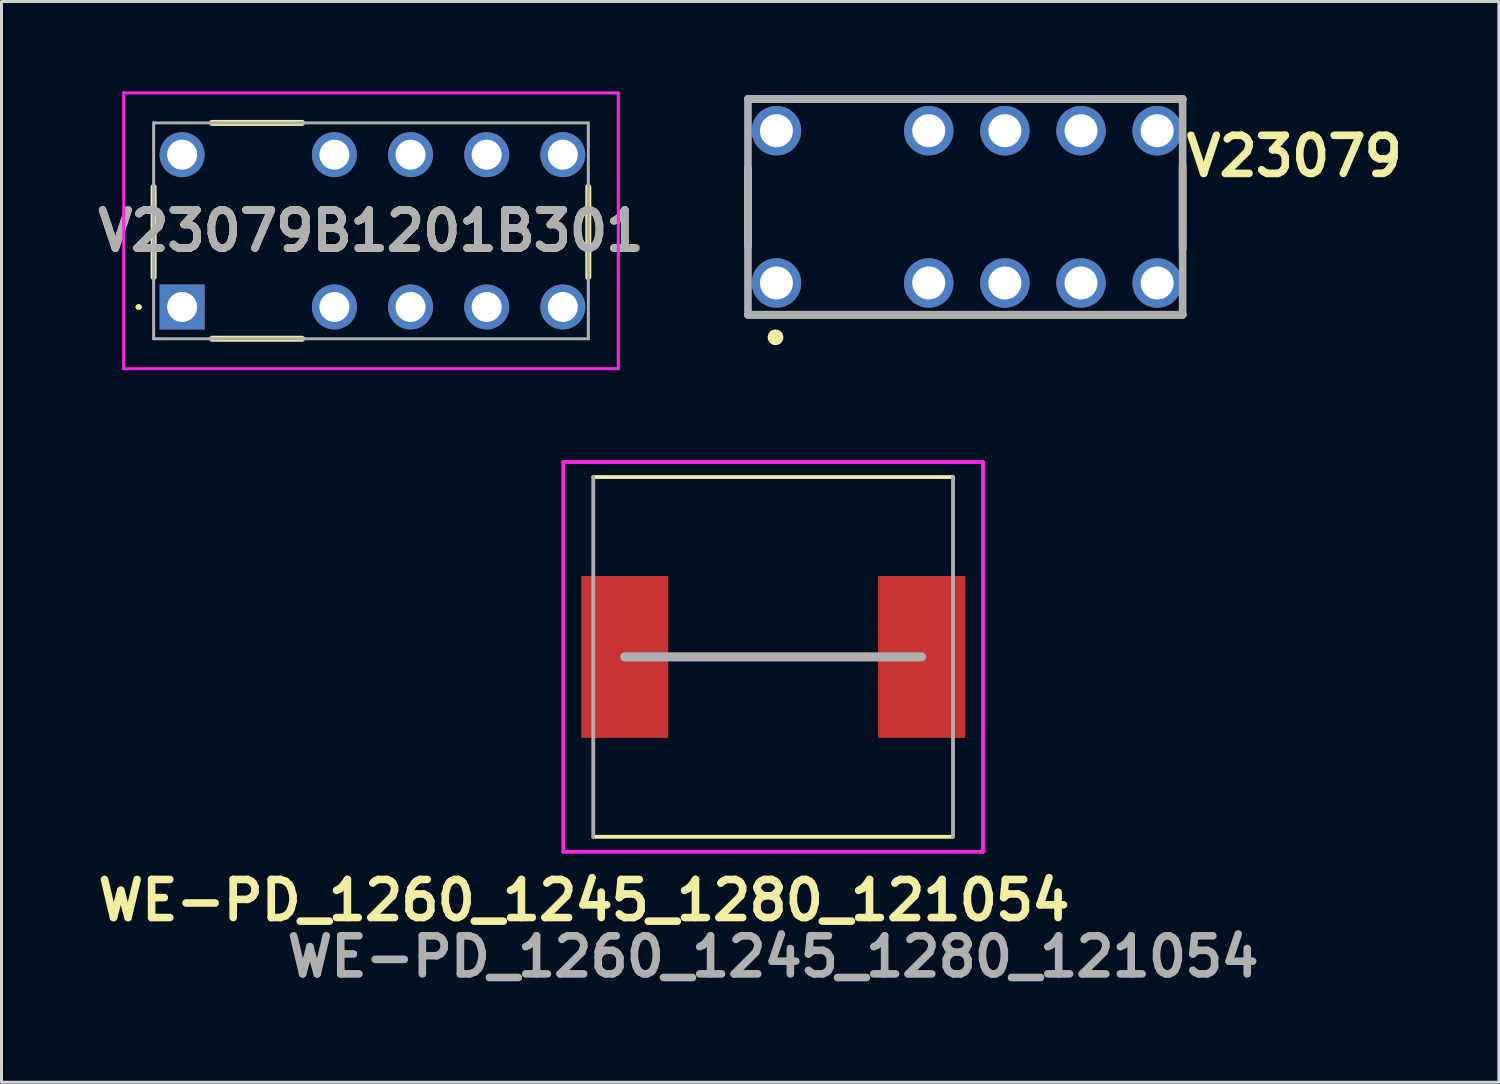
<source format=kicad_pcb>
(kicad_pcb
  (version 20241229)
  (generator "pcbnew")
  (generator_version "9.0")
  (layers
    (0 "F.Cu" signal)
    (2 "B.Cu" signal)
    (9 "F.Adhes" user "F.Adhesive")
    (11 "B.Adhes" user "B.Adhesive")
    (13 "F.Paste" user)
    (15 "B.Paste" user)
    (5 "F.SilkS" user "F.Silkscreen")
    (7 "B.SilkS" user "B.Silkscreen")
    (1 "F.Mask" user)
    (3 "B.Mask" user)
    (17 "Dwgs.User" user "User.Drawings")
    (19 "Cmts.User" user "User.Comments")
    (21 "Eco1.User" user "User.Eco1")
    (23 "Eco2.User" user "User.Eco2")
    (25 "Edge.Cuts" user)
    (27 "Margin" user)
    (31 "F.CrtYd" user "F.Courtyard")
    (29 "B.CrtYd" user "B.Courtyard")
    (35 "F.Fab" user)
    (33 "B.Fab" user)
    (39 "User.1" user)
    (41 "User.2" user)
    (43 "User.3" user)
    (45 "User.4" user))
  (footprint "V23079B1201B301"
    (layer "F.Cu")
    (at 3.025 7.19)
    (property "Reference" "V23079B1201B301" (at 6.3 -2.54 0) (layer "F.SilkS") (effects (font (size 1.27 1.27) (thickness 0.254))))
    (attr through_hole)
    (fp_line (start -1.5 0) (end -1.5 0) (stroke (width 0.1) (type solid)) (layer "F.SilkS"))
    (fp_line (start -1.4 0) (end -1.4 0) (stroke (width 0.1) (type solid)) (layer "F.SilkS"))
    (fp_line (start -0.95 -4) (end -0.95 -1) (stroke (width 0.2) (type solid)) (layer "F.SilkS"))
    (fp_line (start 1 -6.14) (end 4 -6.14) (stroke (width 0.2) (type solid)) (layer "F.SilkS"))
    (fp_line (start 1 1.06) (end 4 1.06) (stroke (width 0.2) (type solid)) (layer "F.SilkS"))
    (fp_line (start 13.55 -1) (end 13.55 -4) (stroke (width 0.2) (type solid)) (layer "F.SilkS"))
    (fp_arc (start -1.5 0) (mid -1.45 -0.05) (end -1.4 0) (stroke (width 0.1) (type solid)) (layer "F.SilkS"))
    (fp_arc (start -1.4 0) (mid -1.45 0.05) (end -1.5 0) (stroke (width 0.1) (type solid)) (layer "F.SilkS"))
    (fp_line (start -1.95 -7.14) (end 14.55 -7.14) (stroke (width 0.1) (type solid)) (layer "F.CrtYd"))
    (fp_line (start -1.95 2.06) (end -1.95 -7.14) (stroke (width 0.1) (type solid)) (layer "F.CrtYd"))
    (fp_line (start 14.55 -7.14) (end 14.55 2.06) (stroke (width 0.1) (type solid)) (layer "F.CrtYd"))
    (fp_line (start 14.55 2.06) (end -1.95 2.06) (stroke (width 0.1) (type solid)) (layer "F.CrtYd"))
    (fp_line (start -0.95 -6.14) (end -0.95 1.06) (stroke (width 0.1) (type solid)) (layer "F.Fab"))
    (fp_line (start -0.95 1.06) (end 13.55 1.06) (stroke (width 0.1) (type solid)) (layer "F.Fab"))
    (fp_line (start 13.55 -6.14) (end -0.95 -6.14) (stroke (width 0.1) (type solid)) (layer "F.Fab"))
    (fp_line (start 13.55 1.06) (end 13.55 -6.14) (stroke (width 0.1) (type solid)) (layer "F.Fab"))
    (fp_text user "${REFERENCE}" (at 6.3 -2.54 0) (layer "F.Fab") (effects (font (size 1.27 1.27) (thickness 0.254))))
    (pad "1" thru_hole rect (at 0 0) (size 1.5 1.5) (drill 1) (layers "*.Cu" "*.Mask"))
    (pad "3" thru_hole circle (at 5.08 0) (size 1.5 1.5) (drill 1) (layers "*.Cu" "*.Mask"))
    (pad "4" thru_hole circle (at 7.62 0) (size 1.5 1.5) (drill 1) (layers "*.Cu" "*.Mask"))
    (pad "5" thru_hole circle (at 10.16 0) (size 1.5 1.5) (drill 1) (layers "*.Cu" "*.Mask"))
    (pad "6" thru_hole circle (at 12.7 0) (size 1.5 1.5) (drill 1) (layers "*.Cu" "*.Mask"))
    (pad "7" thru_hole circle (at 12.7 -5.08) (size 1.5 1.5) (drill 1) (layers "*.Cu" "*.Mask"))
    (pad "8" thru_hole circle (at 10.16 -5.08) (size 1.5 1.5) (drill 1) (layers "*.Cu" "*.Mask"))
    (pad "9" thru_hole circle (at 7.62 -5.08) (size 1.5 1.5) (drill 1) (layers "*.Cu" "*.Mask"))
    (pad "10" thru_hole circle (at 5.08 -5.08) (size 1.5 1.5) (drill 1) (layers "*.Cu" "*.Mask"))
    (pad "12" thru_hole circle (at 0 -5.08) (size 1.5 1.5) (drill 1) (layers "*.Cu" "*.Mask")))
  (footprint "WE-PD_1260_1245_1280_121054"
    (layer "F.Cu")
    (at 22.741 18.863)
    (property "Reference" "WE-PD_1260_1245_1280_121054" (at -6.31 8.12 0) (layer "F.SilkS") (effects (font (size 1.27 1.27) (thickness 0.254))))
    (attr smd)
    (fp_line (start -6 6) (end 6 6) (stroke (width 0.127) (type solid)) (layer "F.SilkS"))
    (fp_line (start 6 -6) (end -6 -6) (stroke (width 0.127) (type solid)) (layer "F.SilkS"))
    (fp_line (start -7 -6.5) (end -7 6.5) (stroke (width 0.127) (type solid)) (layer "F.CrtYd"))
    (fp_line (start -7 6.5) (end 7 6.5) (stroke (width 0.127) (type solid)) (layer "F.CrtYd"))
    (fp_line (start 7 -6.5) (end -7 -6.5) (stroke (width 0.127) (type solid)) (layer "F.CrtYd"))
    (fp_line (start 7 6.5) (end 7 -6.5) (stroke (width 0.127) (type solid)) (layer "F.CrtYd"))
    (fp_line (start -6 -6) (end -6 6) (stroke (width 0.127) (type solid)) (layer "F.Fab"))
    (fp_line (start 4.95 0) (end -4.95 0) (stroke (width 0.305) (type solid)) (layer "F.Fab"))
    (fp_line (start 6 6) (end 6 -6) (stroke (width 0.127) (type solid)) (layer "F.Fab"))
    (fp_text user "${REFERENCE}" (at 0 10 0) (layer "F.Fab") (effects (font (size 1.27 1.27) (thickness 0.254))))
    (pad "1" smd rect (at -4.95 0) (size 2.9 5.4) (layers "F.Cu" "F.Mask" "F.Paste"))
    (pad "2" smd rect (at 4.95 0) (size 2.9 5.4) (layers "F.Cu" "F.Mask" "F.Paste")))
  (footprint "V23079"
    (layer "F.Cu")
    (at 21.901 0.25)
    (property "Reference" "V23079" (at 18.226 1.909 0) (layer "F.SilkS") (effects (font (size 1.27 1.27) (thickness 0.254))))
    (attr through_hole)
    (fp_line (start 0 0) (end 14.5 0) (stroke (width 0.254) (type solid)) (layer "F.SilkS"))
    (fp_line (start 0 2.327) (end 0 4.906) (stroke (width 0.254) (type solid)) (layer "F.SilkS"))
    (fp_line (start 0 7.2) (end 14.5 7.2) (stroke (width 0.254) (type solid)) (layer "F.SilkS"))
    (fp_line (start 14.5 2.238) (end 14.5 4.995) (stroke (width 0.254) (type solid)) (layer "F.SilkS"))
    (fp_circle (center 0.919 7.952) (end 0.919 8.087) (stroke (width 0.254) (type solid)) (fill no) (layer "F.SilkS"))
    (fp_line (start 0 0) (end 14.5 0) (stroke (width 0.254) (type solid)) (layer "F.Fab"))
    (fp_line (start 0 7.2) (end 0 0) (stroke (width 0.254) (type solid)) (layer "F.Fab"))
    (fp_line (start 14.5 0) (end 14.5 7.2) (stroke (width 0.254) (type solid)) (layer "F.Fab"))
    (fp_line (start 14.5 7.2) (end 0 7.2) (stroke (width 0.254) (type solid)) (layer "F.Fab"))
    (pad "1" thru_hole circle (at 0.95 6.14) (size 1.65 1.65) (drill 1.1) (layers "*.Cu" "*.Mask"))
    (pad "2" thru_hole circle (at 6.03 6.14) (size 1.65 1.65) (drill 1.1) (layers "*.Cu" "*.Mask"))
    (pad "3" thru_hole circle (at 8.57 6.14) (size 1.65 1.65) (drill 1.1) (layers "*.Cu" "*.Mask"))
    (pad "4" thru_hole circle (at 11.11 6.14) (size 1.65 1.65) (drill 1.1) (layers "*.Cu" "*.Mask"))
    (pad "5" thru_hole circle (at 13.65 6.14) (size 1.65 1.65) (drill 1.1) (layers "*.Cu" "*.Mask"))
    (pad "6" thru_hole circle (at 13.65 1.06) (size 1.65 1.65) (drill 1.1) (layers "*.Cu" "*.Mask"))
    (pad "7" thru_hole circle (at 11.11 1.06) (size 1.65 1.65) (drill 1.1) (layers "*.Cu" "*.Mask"))
    (pad "8" thru_hole circle (at 8.57 1.06) (size 1.65 1.65) (drill 1.1) (layers "*.Cu" "*.Mask"))
    (pad "9" thru_hole circle (at 6.03 1.06) (size 1.65 1.65) (drill 1.1) (layers "*.Cu" "*.Mask"))
    (pad "10" thru_hole circle (at 0.95 1.06) (size 1.65 1.65) (drill 1.1) (layers "*.Cu" "*.Mask")))
  (gr_rect
    (start -3 -3)
    (end 46.949 33.052)
    (stroke (width 0.1) (type default))
    (fill no)
    (layer "Edge.Cuts")))
</source>
